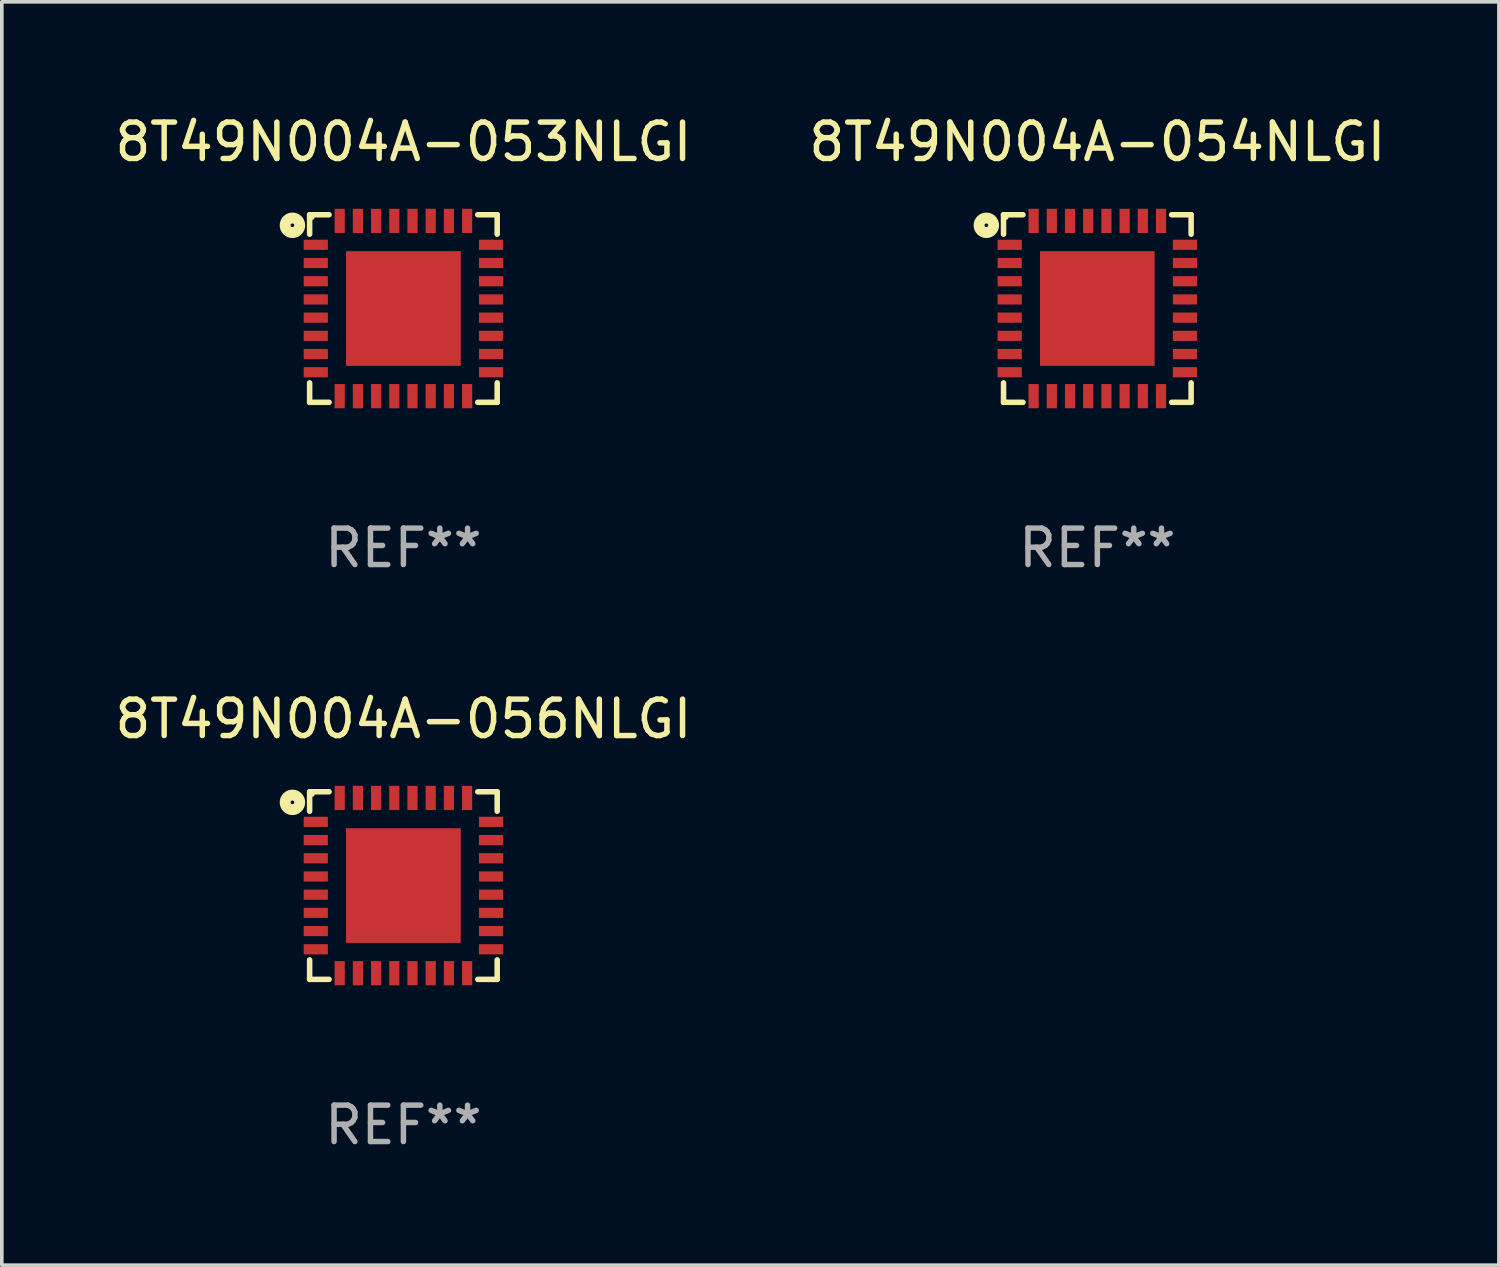
<source format=kicad_pcb>
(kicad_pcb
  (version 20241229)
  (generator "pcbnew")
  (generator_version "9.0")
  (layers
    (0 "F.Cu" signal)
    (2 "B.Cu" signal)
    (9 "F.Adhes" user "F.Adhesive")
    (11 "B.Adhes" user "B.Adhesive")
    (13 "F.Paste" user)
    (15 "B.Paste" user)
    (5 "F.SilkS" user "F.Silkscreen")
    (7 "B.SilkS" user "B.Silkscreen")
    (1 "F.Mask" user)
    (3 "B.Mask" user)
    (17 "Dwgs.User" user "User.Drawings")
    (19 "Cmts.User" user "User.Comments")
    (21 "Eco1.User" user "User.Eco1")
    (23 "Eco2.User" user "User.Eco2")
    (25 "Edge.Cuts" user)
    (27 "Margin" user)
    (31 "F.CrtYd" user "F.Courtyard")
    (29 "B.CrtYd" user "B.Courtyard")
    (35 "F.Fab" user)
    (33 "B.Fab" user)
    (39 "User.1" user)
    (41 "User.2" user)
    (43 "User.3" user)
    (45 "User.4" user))
  (footprint "8T49N004A-053NLGI"
    (layer "F.Cu")
    (at 8.03 5.424)
    (property "Reference" "8T49N004A-053NLGI" (at 0 -4.576 0) (layer "F.SilkS") (effects (font (size 1 1) (thickness 0.15))))
    (attr through_hole)
    (fp_line (start -2.576 -2.576) (end -2.042 -2.576) (stroke (width 0.152) (type solid)) (layer "F.SilkS"))
    (fp_line (start -2.576 -2.042) (end -2.576 -2.576) (stroke (width 0.152) (type solid)) (layer "F.SilkS"))
    (fp_line (start -2.576 2.042) (end -2.576 2.576) (stroke (width 0.152) (type solid)) (layer "F.SilkS"))
    (fp_line (start -2.576 2.576) (end -2.042 2.576) (stroke (width 0.152) (type solid)) (layer "F.SilkS"))
    (fp_line (start 2.576 -2.576) (end 2.042 -2.576) (stroke (width 0.152) (type solid)) (layer "F.SilkS"))
    (fp_line (start 2.576 -2.042) (end 2.576 -2.576) (stroke (width 0.152) (type solid)) (layer "F.SilkS"))
    (fp_line (start 2.576 2.042) (end 2.576 2.576) (stroke (width 0.152) (type solid)) (layer "F.SilkS"))
    (fp_line (start 2.576 2.576) (end 2.042 2.576) (stroke (width 0.152) (type solid)) (layer "F.SilkS"))
    (fp_circle (center -3.048 -2.286) (end -2.848 -2.286) (stroke (width 0.3) (type solid)) (fill no) (layer "F.SilkS"))
    (fp_circle (center -2.5 -2.5) (end -2.47 -2.5) (stroke (width 0.06) (type solid)) (fill no) (layer "F.SilkS"))
    (fp_text user "REF**" (at 0 6.576 0) (layer "F.Fab") (effects (font (size 1 1) (thickness 0.15))))
    (pad "1" smd rect (at -2.407 -1.75) (size 0.665 0.28) (layers "F.Cu" "F.Mask" "F.Paste"))
    (pad "2" smd rect (at -2.407 -1.25) (size 0.665 0.28) (layers "F.Cu" "F.Mask" "F.Paste"))
    (pad "3" smd rect (at -2.407 -0.75) (size 0.665 0.28) (layers "F.Cu" "F.Mask" "F.Paste"))
    (pad "4" smd rect (at -2.407 -0.25) (size 0.665 0.28) (layers "F.Cu" "F.Mask" "F.Paste"))
    (pad "5" smd rect (at -2.407 0.25) (size 0.665 0.28) (layers "F.Cu" "F.Mask" "F.Paste"))
    (pad "6" smd rect (at -2.407 0.75) (size 0.665 0.28) (layers "F.Cu" "F.Mask" "F.Paste"))
    (pad "7" smd rect (at -2.407 1.25) (size 0.665 0.28) (layers "F.Cu" "F.Mask" "F.Paste"))
    (pad "8" smd rect (at -2.407 1.75) (size 0.665 0.28) (layers "F.Cu" "F.Mask" "F.Paste"))
    (pad "9" smd rect (at -1.75 2.407) (size 0.28 0.665) (layers "F.Cu" "F.Mask" "F.Paste"))
    (pad "10" smd rect (at -1.25 2.407) (size 0.28 0.665) (layers "F.Cu" "F.Mask" "F.Paste"))
    (pad "11" smd rect (at -0.75 2.407) (size 0.28 0.665) (layers "F.Cu" "F.Mask" "F.Paste"))
    (pad "12" smd rect (at -0.25 2.407) (size 0.28 0.665) (layers "F.Cu" "F.Mask" "F.Paste"))
    (pad "13" smd rect (at 0.25 2.407) (size 0.28 0.665) (layers "F.Cu" "F.Mask" "F.Paste"))
    (pad "14" smd rect (at 0.75 2.407) (size 0.28 0.665) (layers "F.Cu" "F.Mask" "F.Paste"))
    (pad "15" smd rect (at 1.25 2.407) (size 0.28 0.665) (layers "F.Cu" "F.Mask" "F.Paste"))
    (pad "16" smd rect (at 1.75 2.407) (size 0.28 0.665) (layers "F.Cu" "F.Mask" "F.Paste"))
    (pad "17" smd rect (at 2.407 1.75) (size 0.665 0.28) (layers "F.Cu" "F.Mask" "F.Paste"))
    (pad "18" smd rect (at 2.407 1.25) (size 0.665 0.28) (layers "F.Cu" "F.Mask" "F.Paste"))
    (pad "19" smd rect (at 2.407 0.75) (size 0.665 0.28) (layers "F.Cu" "F.Mask" "F.Paste"))
    (pad "20" smd rect (at 2.407 0.25) (size 0.665 0.28) (layers "F.Cu" "F.Mask" "F.Paste"))
    (pad "21" smd rect (at 2.407 -0.25) (size 0.665 0.28) (layers "F.Cu" "F.Mask" "F.Paste"))
    (pad "22" smd rect (at 2.407 -0.75) (size 0.665 0.28) (layers "F.Cu" "F.Mask" "F.Paste"))
    (pad "23" smd rect (at 2.407 -1.25) (size 0.665 0.28) (layers "F.Cu" "F.Mask" "F.Paste"))
    (pad "24" smd rect (at 2.407 -1.75) (size 0.665 0.28) (layers "F.Cu" "F.Mask" "F.Paste"))
    (pad "25" smd rect (at 1.75 -2.407) (size 0.28 0.665) (layers "F.Cu" "F.Mask" "F.Paste"))
    (pad "26" smd rect (at 1.25 -2.407) (size 0.28 0.665) (layers "F.Cu" "F.Mask" "F.Paste"))
    (pad "27" smd rect (at 0.75 -2.407) (size 0.28 0.665) (layers "F.Cu" "F.Mask" "F.Paste"))
    (pad "28" smd rect (at 0.25 -2.407) (size 0.28 0.665) (layers "F.Cu" "F.Mask" "F.Paste"))
    (pad "29" smd rect (at -0.25 -2.407) (size 0.28 0.665) (layers "F.Cu" "F.Mask" "F.Paste"))
    (pad "30" smd rect (at -0.75 -2.407) (size 0.28 0.665) (layers "F.Cu" "F.Mask" "F.Paste"))
    (pad "31" smd rect (at -1.25 -2.407) (size 0.28 0.665) (layers "F.Cu" "F.Mask" "F.Paste"))
    (pad "32" smd rect (at -1.75 -2.407) (size 0.28 0.665) (layers "F.Cu" "F.Mask" "F.Paste"))
    (pad "33" smd rect (at 0 0) (size 3.15 3.15) (layers "F.Cu" "F.Mask" "F.Paste")))
  (footprint "8T49N004A-056NLGI"
    (layer "F.Cu")
    (at 8.03 21.273)
    (property "Reference" "8T49N004A-056NLGI" (at 0 -4.576 0) (layer "F.SilkS") (effects (font (size 1 1) (thickness 0.15))))
    (attr through_hole)
    (fp_line (start -2.576 -2.576) (end -2.042 -2.576) (stroke (width 0.152) (type solid)) (layer "F.SilkS"))
    (fp_line (start -2.576 -2.042) (end -2.576 -2.576) (stroke (width 0.152) (type solid)) (layer "F.SilkS"))
    (fp_line (start -2.576 2.042) (end -2.576 2.576) (stroke (width 0.152) (type solid)) (layer "F.SilkS"))
    (fp_line (start -2.576 2.576) (end -2.042 2.576) (stroke (width 0.152) (type solid)) (layer "F.SilkS"))
    (fp_line (start 2.576 -2.576) (end 2.042 -2.576) (stroke (width 0.152) (type solid)) (layer "F.SilkS"))
    (fp_line (start 2.576 -2.042) (end 2.576 -2.576) (stroke (width 0.152) (type solid)) (layer "F.SilkS"))
    (fp_line (start 2.576 2.042) (end 2.576 2.576) (stroke (width 0.152) (type solid)) (layer "F.SilkS"))
    (fp_line (start 2.576 2.576) (end 2.042 2.576) (stroke (width 0.152) (type solid)) (layer "F.SilkS"))
    (fp_circle (center -3.048 -2.286) (end -2.848 -2.286) (stroke (width 0.3) (type solid)) (fill no) (layer "F.SilkS"))
    (fp_circle (center -2.5 -2.5) (end -2.47 -2.5) (stroke (width 0.06) (type solid)) (fill no) (layer "F.SilkS"))
    (fp_text user "REF**" (at 0 6.576 0) (layer "F.Fab") (effects (font (size 1 1) (thickness 0.15))))
    (pad "1" smd rect (at -2.407 -1.75) (size 0.665 0.28) (layers "F.Cu" "F.Mask" "F.Paste"))
    (pad "2" smd rect (at -2.407 -1.25) (size 0.665 0.28) (layers "F.Cu" "F.Mask" "F.Paste"))
    (pad "3" smd rect (at -2.407 -0.75) (size 0.665 0.28) (layers "F.Cu" "F.Mask" "F.Paste"))
    (pad "4" smd rect (at -2.407 -0.25) (size 0.665 0.28) (layers "F.Cu" "F.Mask" "F.Paste"))
    (pad "5" smd rect (at -2.407 0.25) (size 0.665 0.28) (layers "F.Cu" "F.Mask" "F.Paste"))
    (pad "6" smd rect (at -2.407 0.75) (size 0.665 0.28) (layers "F.Cu" "F.Mask" "F.Paste"))
    (pad "7" smd rect (at -2.407 1.25) (size 0.665 0.28) (layers "F.Cu" "F.Mask" "F.Paste"))
    (pad "8" smd rect (at -2.407 1.75) (size 0.665 0.28) (layers "F.Cu" "F.Mask" "F.Paste"))
    (pad "9" smd rect (at -1.75 2.407) (size 0.28 0.665) (layers "F.Cu" "F.Mask" "F.Paste"))
    (pad "10" smd rect (at -1.25 2.407) (size 0.28 0.665) (layers "F.Cu" "F.Mask" "F.Paste"))
    (pad "11" smd rect (at -0.75 2.407) (size 0.28 0.665) (layers "F.Cu" "F.Mask" "F.Paste"))
    (pad "12" smd rect (at -0.25 2.407) (size 0.28 0.665) (layers "F.Cu" "F.Mask" "F.Paste"))
    (pad "13" smd rect (at 0.25 2.407) (size 0.28 0.665) (layers "F.Cu" "F.Mask" "F.Paste"))
    (pad "14" smd rect (at 0.75 2.407) (size 0.28 0.665) (layers "F.Cu" "F.Mask" "F.Paste"))
    (pad "15" smd rect (at 1.25 2.407) (size 0.28 0.665) (layers "F.Cu" "F.Mask" "F.Paste"))
    (pad "16" smd rect (at 1.75 2.407) (size 0.28 0.665) (layers "F.Cu" "F.Mask" "F.Paste"))
    (pad "17" smd rect (at 2.407 1.75) (size 0.665 0.28) (layers "F.Cu" "F.Mask" "F.Paste"))
    (pad "18" smd rect (at 2.407 1.25) (size 0.665 0.28) (layers "F.Cu" "F.Mask" "F.Paste"))
    (pad "19" smd rect (at 2.407 0.75) (size 0.665 0.28) (layers "F.Cu" "F.Mask" "F.Paste"))
    (pad "20" smd rect (at 2.407 0.25) (size 0.665 0.28) (layers "F.Cu" "F.Mask" "F.Paste"))
    (pad "21" smd rect (at 2.407 -0.25) (size 0.665 0.28) (layers "F.Cu" "F.Mask" "F.Paste"))
    (pad "22" smd rect (at 2.407 -0.75) (size 0.665 0.28) (layers "F.Cu" "F.Mask" "F.Paste"))
    (pad "23" smd rect (at 2.407 -1.25) (size 0.665 0.28) (layers "F.Cu" "F.Mask" "F.Paste"))
    (pad "24" smd rect (at 2.407 -1.75) (size 0.665 0.28) (layers "F.Cu" "F.Mask" "F.Paste"))
    (pad "25" smd rect (at 1.75 -2.407) (size 0.28 0.665) (layers "F.Cu" "F.Mask" "F.Paste"))
    (pad "26" smd rect (at 1.25 -2.407) (size 0.28 0.665) (layers "F.Cu" "F.Mask" "F.Paste"))
    (pad "27" smd rect (at 0.75 -2.407) (size 0.28 0.665) (layers "F.Cu" "F.Mask" "F.Paste"))
    (pad "28" smd rect (at 0.25 -2.407) (size 0.28 0.665) (layers "F.Cu" "F.Mask" "F.Paste"))
    (pad "29" smd rect (at -0.25 -2.407) (size 0.28 0.665) (layers "F.Cu" "F.Mask" "F.Paste"))
    (pad "30" smd rect (at -0.75 -2.407) (size 0.28 0.665) (layers "F.Cu" "F.Mask" "F.Paste"))
    (pad "31" smd rect (at -1.25 -2.407) (size 0.28 0.665) (layers "F.Cu" "F.Mask" "F.Paste"))
    (pad "32" smd rect (at -1.75 -2.407) (size 0.28 0.665) (layers "F.Cu" "F.Mask" "F.Paste"))
    (pad "33" smd rect (at 0 0) (size 3.15 3.15) (layers "F.Cu" "F.Mask" "F.Paste")))
  (footprint "8T49N004A-054NLGI"
    (layer "F.Cu")
    (at 27.089 5.424)
    (property "Reference" "8T49N004A-054NLGI" (at 0 -4.576 0) (layer "F.SilkS") (effects (font (size 1 1) (thickness 0.15))))
    (attr through_hole)
    (fp_line (start -2.576 -2.576) (end -2.042 -2.576) (stroke (width 0.152) (type solid)) (layer "F.SilkS"))
    (fp_line (start -2.576 -2.042) (end -2.576 -2.576) (stroke (width 0.152) (type solid)) (layer "F.SilkS"))
    (fp_line (start -2.576 2.042) (end -2.576 2.576) (stroke (width 0.152) (type solid)) (layer "F.SilkS"))
    (fp_line (start -2.576 2.576) (end -2.042 2.576) (stroke (width 0.152) (type solid)) (layer "F.SilkS"))
    (fp_line (start 2.576 -2.576) (end 2.042 -2.576) (stroke (width 0.152) (type solid)) (layer "F.SilkS"))
    (fp_line (start 2.576 -2.042) (end 2.576 -2.576) (stroke (width 0.152) (type solid)) (layer "F.SilkS"))
    (fp_line (start 2.576 2.042) (end 2.576 2.576) (stroke (width 0.152) (type solid)) (layer "F.SilkS"))
    (fp_line (start 2.576 2.576) (end 2.042 2.576) (stroke (width 0.152) (type solid)) (layer "F.SilkS"))
    (fp_circle (center -3.048 -2.286) (end -2.848 -2.286) (stroke (width 0.3) (type solid)) (fill no) (layer "F.SilkS"))
    (fp_circle (center -2.5 -2.5) (end -2.47 -2.5) (stroke (width 0.06) (type solid)) (fill no) (layer "F.SilkS"))
    (fp_text user "REF**" (at 0 6.576 0) (layer "F.Fab") (effects (font (size 1 1) (thickness 0.15))))
    (pad "1" smd rect (at -2.407 -1.75) (size 0.665 0.28) (layers "F.Cu" "F.Mask" "F.Paste"))
    (pad "2" smd rect (at -2.407 -1.25) (size 0.665 0.28) (layers "F.Cu" "F.Mask" "F.Paste"))
    (pad "3" smd rect (at -2.407 -0.75) (size 0.665 0.28) (layers "F.Cu" "F.Mask" "F.Paste"))
    (pad "4" smd rect (at -2.407 -0.25) (size 0.665 0.28) (layers "F.Cu" "F.Mask" "F.Paste"))
    (pad "5" smd rect (at -2.407 0.25) (size 0.665 0.28) (layers "F.Cu" "F.Mask" "F.Paste"))
    (pad "6" smd rect (at -2.407 0.75) (size 0.665 0.28) (layers "F.Cu" "F.Mask" "F.Paste"))
    (pad "7" smd rect (at -2.407 1.25) (size 0.665 0.28) (layers "F.Cu" "F.Mask" "F.Paste"))
    (pad "8" smd rect (at -2.407 1.75) (size 0.665 0.28) (layers "F.Cu" "F.Mask" "F.Paste"))
    (pad "9" smd rect (at -1.75 2.407) (size 0.28 0.665) (layers "F.Cu" "F.Mask" "F.Paste"))
    (pad "10" smd rect (at -1.25 2.407) (size 0.28 0.665) (layers "F.Cu" "F.Mask" "F.Paste"))
    (pad "11" smd rect (at -0.75 2.407) (size 0.28 0.665) (layers "F.Cu" "F.Mask" "F.Paste"))
    (pad "12" smd rect (at -0.25 2.407) (size 0.28 0.665) (layers "F.Cu" "F.Mask" "F.Paste"))
    (pad "13" smd rect (at 0.25 2.407) (size 0.28 0.665) (layers "F.Cu" "F.Mask" "F.Paste"))
    (pad "14" smd rect (at 0.75 2.407) (size 0.28 0.665) (layers "F.Cu" "F.Mask" "F.Paste"))
    (pad "15" smd rect (at 1.25 2.407) (size 0.28 0.665) (layers "F.Cu" "F.Mask" "F.Paste"))
    (pad "16" smd rect (at 1.75 2.407) (size 0.28 0.665) (layers "F.Cu" "F.Mask" "F.Paste"))
    (pad "17" smd rect (at 2.407 1.75) (size 0.665 0.28) (layers "F.Cu" "F.Mask" "F.Paste"))
    (pad "18" smd rect (at 2.407 1.25) (size 0.665 0.28) (layers "F.Cu" "F.Mask" "F.Paste"))
    (pad "19" smd rect (at 2.407 0.75) (size 0.665 0.28) (layers "F.Cu" "F.Mask" "F.Paste"))
    (pad "20" smd rect (at 2.407 0.25) (size 0.665 0.28) (layers "F.Cu" "F.Mask" "F.Paste"))
    (pad "21" smd rect (at 2.407 -0.25) (size 0.665 0.28) (layers "F.Cu" "F.Mask" "F.Paste"))
    (pad "22" smd rect (at 2.407 -0.75) (size 0.665 0.28) (layers "F.Cu" "F.Mask" "F.Paste"))
    (pad "23" smd rect (at 2.407 -1.25) (size 0.665 0.28) (layers "F.Cu" "F.Mask" "F.Paste"))
    (pad "24" smd rect (at 2.407 -1.75) (size 0.665 0.28) (layers "F.Cu" "F.Mask" "F.Paste"))
    (pad "25" smd rect (at 1.75 -2.407) (size 0.28 0.665) (layers "F.Cu" "F.Mask" "F.Paste"))
    (pad "26" smd rect (at 1.25 -2.407) (size 0.28 0.665) (layers "F.Cu" "F.Mask" "F.Paste"))
    (pad "27" smd rect (at 0.75 -2.407) (size 0.28 0.665) (layers "F.Cu" "F.Mask" "F.Paste"))
    (pad "28" smd rect (at 0.25 -2.407) (size 0.28 0.665) (layers "F.Cu" "F.Mask" "F.Paste"))
    (pad "29" smd rect (at -0.25 -2.407) (size 0.28 0.665) (layers "F.Cu" "F.Mask" "F.Paste"))
    (pad "30" smd rect (at -0.75 -2.407) (size 0.28 0.665) (layers "F.Cu" "F.Mask" "F.Paste"))
    (pad "31" smd rect (at -1.25 -2.407) (size 0.28 0.665) (layers "F.Cu" "F.Mask" "F.Paste"))
    (pad "32" smd rect (at -1.75 -2.407) (size 0.28 0.665) (layers "F.Cu" "F.Mask" "F.Paste"))
    (pad "33" smd rect (at 0 0) (size 3.15 3.15) (layers "F.Cu" "F.Mask" "F.Paste")))
  (gr_rect
    (start -3 -3)
    (end 38.119 31.698)
    (stroke (width 0.1) (type default))
    (fill no)
    (layer "Edge.Cuts")))
</source>
